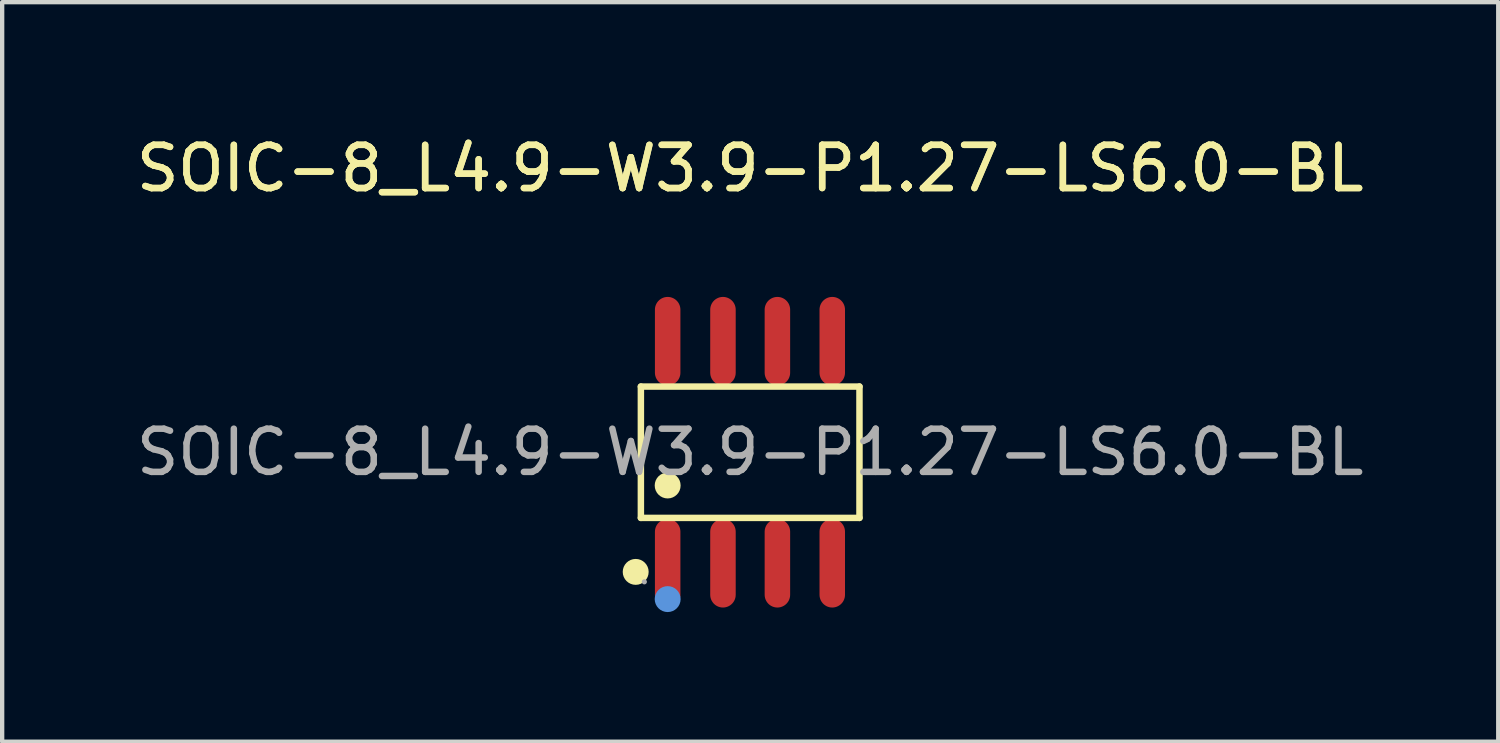
<source format=kicad_pcb>
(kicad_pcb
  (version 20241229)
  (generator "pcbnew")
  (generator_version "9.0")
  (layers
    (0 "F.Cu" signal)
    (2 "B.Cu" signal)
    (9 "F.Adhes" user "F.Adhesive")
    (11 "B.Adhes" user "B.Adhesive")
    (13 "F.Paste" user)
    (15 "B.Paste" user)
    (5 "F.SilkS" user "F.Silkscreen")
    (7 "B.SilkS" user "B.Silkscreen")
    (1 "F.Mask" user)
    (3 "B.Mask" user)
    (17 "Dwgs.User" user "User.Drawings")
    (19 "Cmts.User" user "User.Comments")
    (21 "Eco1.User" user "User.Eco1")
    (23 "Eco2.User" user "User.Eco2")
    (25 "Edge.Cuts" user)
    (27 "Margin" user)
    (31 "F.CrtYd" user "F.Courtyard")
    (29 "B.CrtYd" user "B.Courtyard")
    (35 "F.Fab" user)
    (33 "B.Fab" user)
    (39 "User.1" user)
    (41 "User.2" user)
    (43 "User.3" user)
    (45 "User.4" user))
  (footprint "SOIC-8_L4.9-W3.9-P1.27-LS6.0-BL"
    (layer "F.Cu")
    (at 14.315 7.418)
    (property "Reference" "SOIC-8_L4.9-W3.9-P1.27-LS6.0-BL" (at 0 -6.57 0) (layer "F.SilkS") (effects (font (size 1 1) (thickness 0.15))))
    (attr smd)
    (fp_line (start -2.53 -1.52) (end 2.53 -1.52) (stroke (width 0.15) (type solid)) (layer "F.SilkS"))
    (fp_line (start -2.53 1.52) (end -2.53 -1.52) (stroke (width 0.15) (type solid)) (layer "F.SilkS"))
    (fp_line (start 2.53 -1.52) (end 2.53 1.52) (stroke (width 0.15) (type solid)) (layer "F.SilkS"))
    (fp_line (start 2.53 1.52) (end -2.53 1.52) (stroke (width 0.15) (type solid)) (layer "F.SilkS"))
    (fp_circle (center -2.65 2.77) (end -2.5 2.77) (stroke (width 0.3) (type solid)) (fill no) (layer "F.SilkS"))
    (fp_circle (center -1.91 0.77) (end -1.76 0.77) (stroke (width 0.3) (type solid)) (fill no) (layer "F.SilkS"))
    (fp_circle (center -1.91 3.4) (end -1.76 3.4) (stroke (width 0.3) (type solid)) (fill no) (layer "Cmts.User"))
    (fp_circle (center -2.45 3) (end -2.42 3) (stroke (width 0.06) (type solid)) (fill no) (layer "F.Fab"))
    (fp_text user "${REFERENCE}" (at 0 -6.57 0) (layer "F.SilkS") (effects (font (size 1 1) (thickness 0.15))))
    (fp_text user "${REFERENCE}" (at 0 0 0) (layer "F.Fab") (effects (font (size 1 1) (thickness 0.15))))
    (pad "1" smd oval (at -1.91 2.57) (size 0.59 2.05) (layers "F.Cu" "F.Mask" "F.Paste"))
    (pad "2" smd oval (at -0.63 2.57) (size 0.59 2.05) (layers "F.Cu" "F.Mask" "F.Paste"))
    (pad "3" smd oval (at 0.63 2.57) (size 0.59 2.05) (layers "F.Cu" "F.Mask" "F.Paste"))
    (pad "4" smd oval (at 1.9 2.57) (size 0.59 2.05) (layers "F.Cu" "F.Mask" "F.Paste"))
    (pad "5" smd oval (at 1.9 -2.57) (size 0.59 2.05) (layers "F.Cu" "F.Mask" "F.Paste"))
    (pad "6" smd oval (at 0.63 -2.57) (size 0.59 2.05) (layers "F.Cu" "F.Mask" "F.Paste"))
    (pad "7" smd oval (at -0.63 -2.57) (size 0.59 2.05) (layers "F.Cu" "F.Mask" "F.Paste"))
    (pad "8" smd oval (at -1.91 -2.57) (size 0.59 2.05) (layers "F.Cu" "F.Mask" "F.Paste")))
  (gr_rect
    (start -3 -3)
    (end 31.631 14.118)
    (stroke (width 0.1) (type default))
    (fill no)
    (layer "Edge.Cuts")))
</source>
